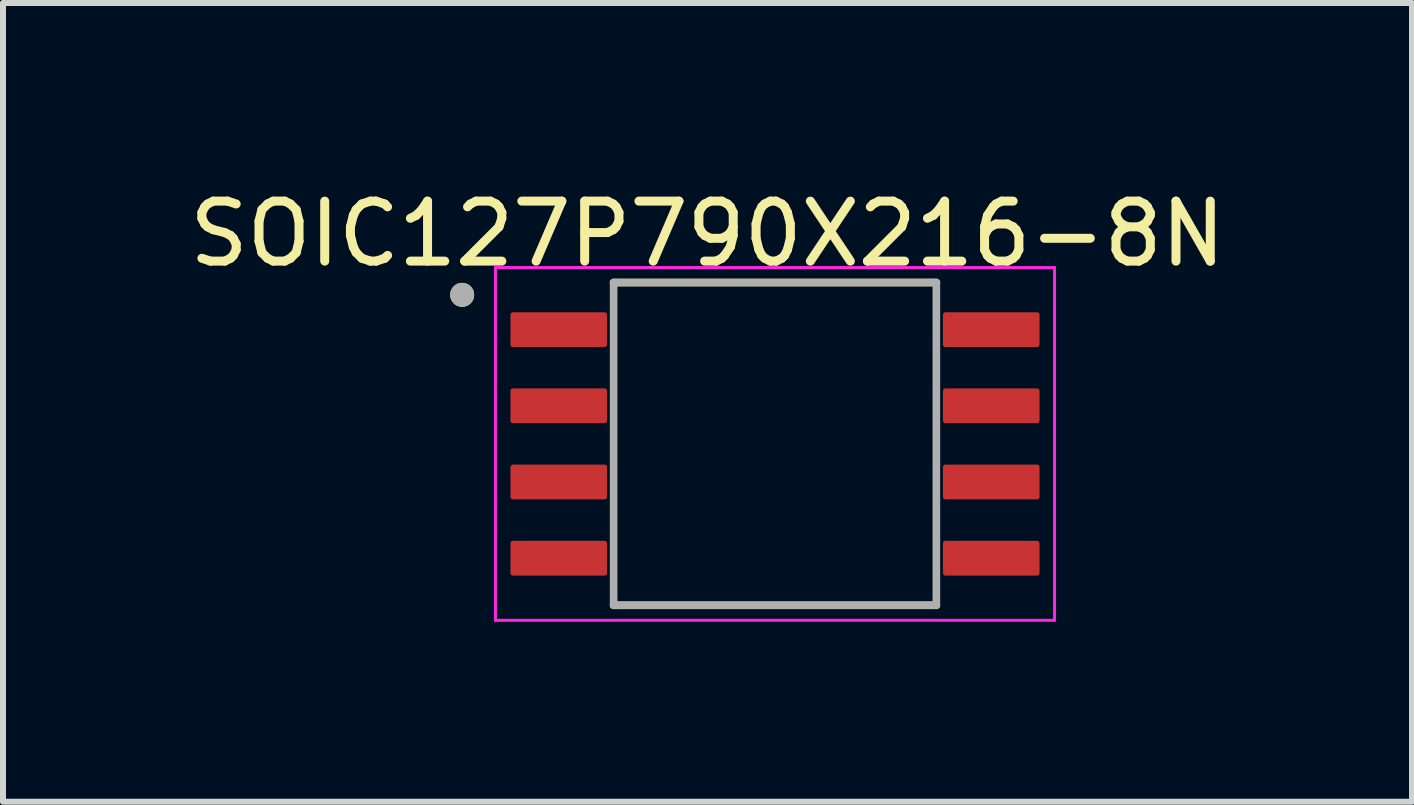
<source format=kicad_pcb>
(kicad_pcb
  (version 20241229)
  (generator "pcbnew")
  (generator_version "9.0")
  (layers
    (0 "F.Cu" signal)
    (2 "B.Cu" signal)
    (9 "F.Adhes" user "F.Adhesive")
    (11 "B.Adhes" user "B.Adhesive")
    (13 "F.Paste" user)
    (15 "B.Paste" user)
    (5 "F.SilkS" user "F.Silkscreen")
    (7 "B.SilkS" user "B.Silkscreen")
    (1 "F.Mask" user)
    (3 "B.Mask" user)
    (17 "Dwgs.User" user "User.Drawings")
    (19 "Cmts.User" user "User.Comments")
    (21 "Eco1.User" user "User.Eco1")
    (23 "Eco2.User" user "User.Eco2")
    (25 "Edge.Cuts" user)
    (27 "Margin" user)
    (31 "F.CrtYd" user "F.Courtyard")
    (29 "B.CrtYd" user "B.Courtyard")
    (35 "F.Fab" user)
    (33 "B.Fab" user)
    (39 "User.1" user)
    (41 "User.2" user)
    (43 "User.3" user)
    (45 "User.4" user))
  (footprint "SOIC127P790X216-8N"
    (layer "F.Cu")
    (at 9.869 4.35)
    (property "Reference" "SOIC127P790X216-8N" (at -1.125 -3.502 0) (layer "F.SilkS") (effects (font (size 1 1) (thickness 0.15))))
    (attr through_hole)
    (fp_line (start -2.69 -2.69) (end 2.69 -2.69) (stroke (width 0.127) (type solid)) (layer "F.SilkS"))
    (fp_line (start -2.69 2.69) (end 2.69 2.69) (stroke (width 0.127) (type solid)) (layer "F.SilkS"))
    (fp_circle (center -5.215 -2.485) (end -5.115 -2.485) (stroke (width 0.2) (type solid)) (fill no) (layer "F.SilkS"))
    (fp_line (start -4.66 -2.94) (end -4.66 2.94) (stroke (width 0.05) (type solid)) (layer "F.CrtYd"))
    (fp_line (start -4.66 -2.94) (end 4.66 -2.94) (stroke (width 0.05) (type solid)) (layer "F.CrtYd"))
    (fp_line (start -4.66 2.94) (end 4.66 2.94) (stroke (width 0.05) (type solid)) (layer "F.CrtYd"))
    (fp_line (start 4.66 -2.94) (end 4.66 2.94) (stroke (width 0.05) (type solid)) (layer "F.CrtYd"))
    (fp_line (start -2.69 -2.69) (end -2.69 2.69) (stroke (width 0.127) (type solid)) (layer "F.Fab"))
    (fp_line (start -2.69 -2.69) (end 2.69 -2.69) (stroke (width 0.127) (type solid)) (layer "F.Fab"))
    (fp_line (start -2.69 2.69) (end 2.69 2.69) (stroke (width 0.127) (type solid)) (layer "F.Fab"))
    (fp_line (start 2.69 -2.69) (end 2.69 2.69) (stroke (width 0.127) (type solid)) (layer "F.Fab"))
    (fp_circle (center -5.215 -2.485) (end -5.115 -2.485) (stroke (width 0.2) (type solid)) (fill no) (layer "F.Fab"))
    (pad "1" smd roundrect (at -3.605 -1.905) (size 1.61 0.58) (layers "F.Cu" "F.Mask" "F.Paste") (roundrect_rratio 0.07))
    (pad "2" smd roundrect (at -3.605 -0.635) (size 1.61 0.58) (layers "F.Cu" "F.Mask" "F.Paste") (roundrect_rratio 0.07))
    (pad "3" smd roundrect (at -3.605 0.635) (size 1.61 0.58) (layers "F.Cu" "F.Mask" "F.Paste") (roundrect_rratio 0.07))
    (pad "4" smd roundrect (at -3.605 1.905) (size 1.61 0.58) (layers "F.Cu" "F.Mask" "F.Paste") (roundrect_rratio 0.07))
    (pad "5" smd roundrect (at 3.605 1.905) (size 1.61 0.58) (layers "F.Cu" "F.Mask" "F.Paste") (roundrect_rratio 0.07))
    (pad "6" smd roundrect (at 3.605 0.635) (size 1.61 0.58) (layers "F.Cu" "F.Mask" "F.Paste") (roundrect_rratio 0.07))
    (pad "7" smd roundrect (at 3.605 -0.635) (size 1.61 0.58) (layers "F.Cu" "F.Mask" "F.Paste") (roundrect_rratio 0.07))
    (pad "8" smd roundrect (at 3.605 -1.905) (size 1.61 0.58) (layers "F.Cu" "F.Mask" "F.Paste") (roundrect_rratio 0.07)))
  (gr_rect
    (start -3 -3)
    (end 20.488 10.315)
    (stroke (width 0.1) (type default))
    (fill no)
    (layer "Edge.Cuts")))
</source>
